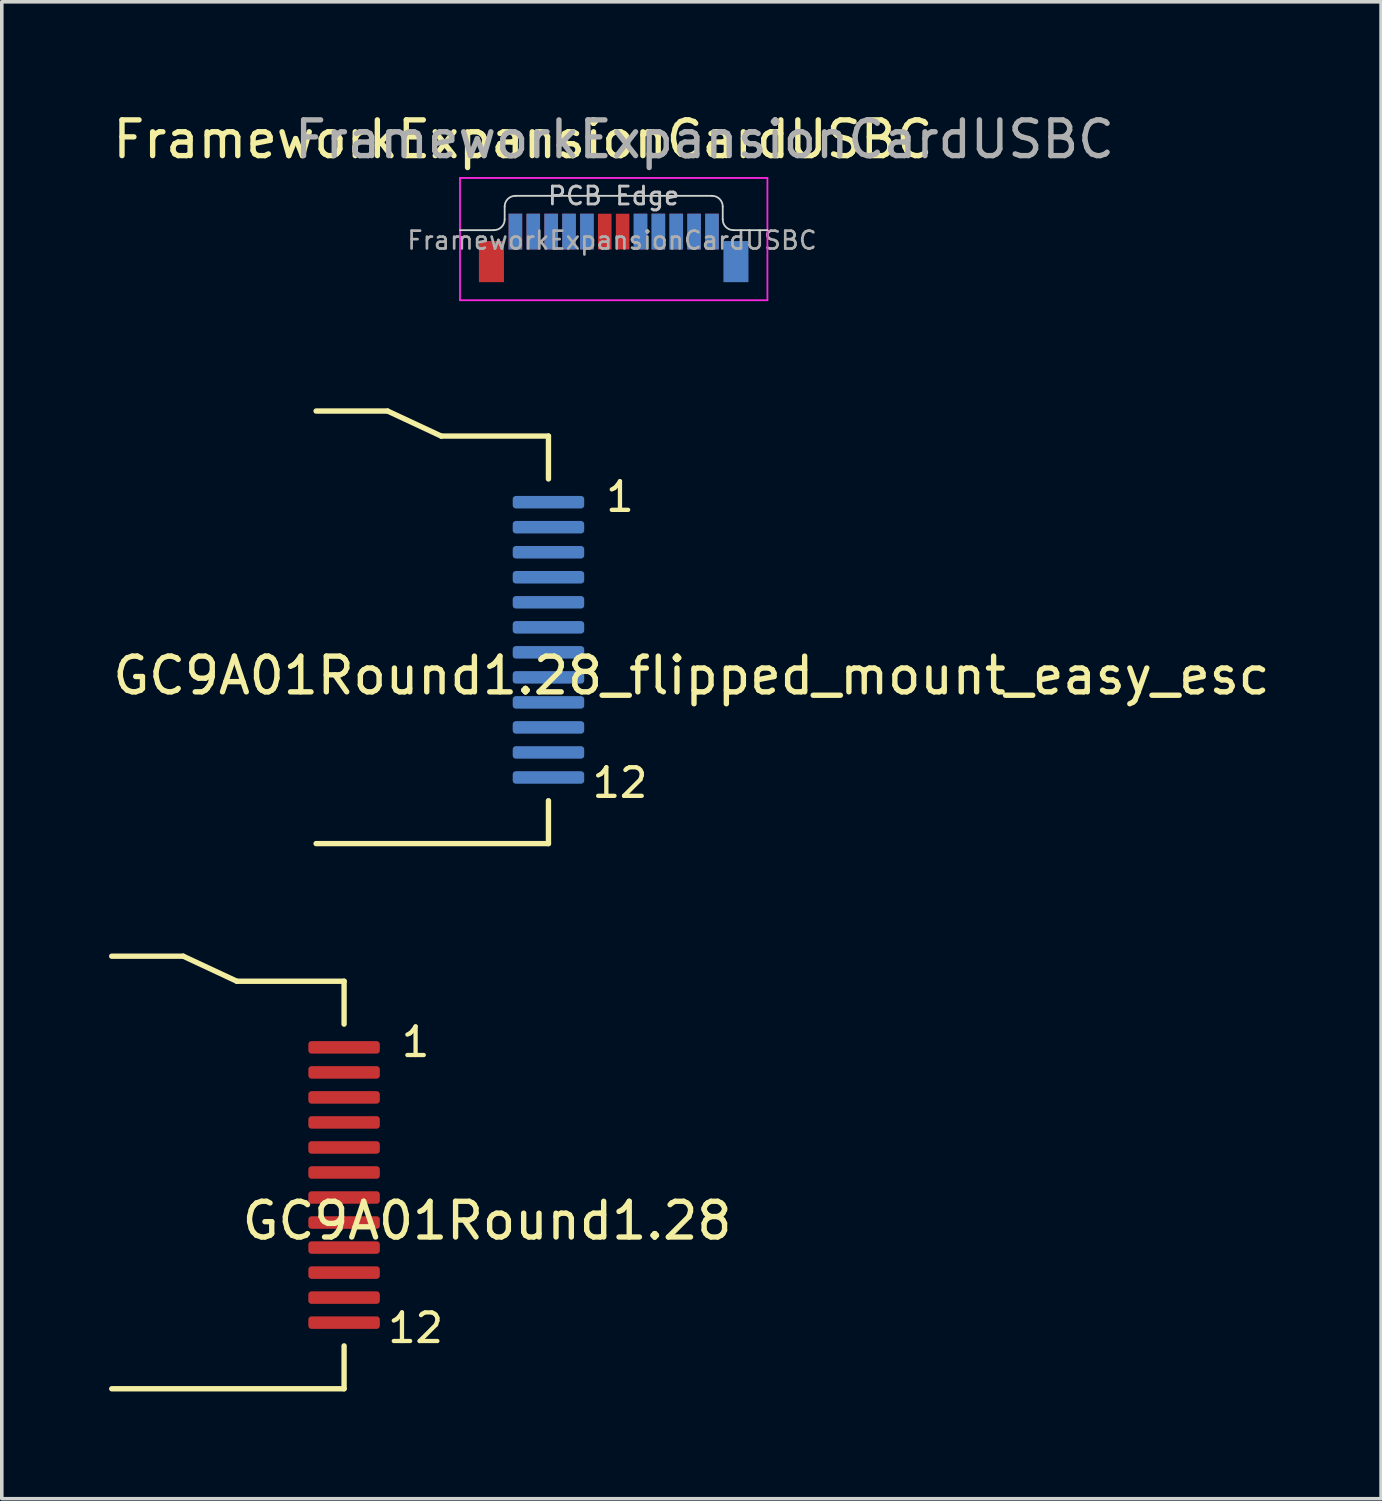
<source format=kicad_pcb>
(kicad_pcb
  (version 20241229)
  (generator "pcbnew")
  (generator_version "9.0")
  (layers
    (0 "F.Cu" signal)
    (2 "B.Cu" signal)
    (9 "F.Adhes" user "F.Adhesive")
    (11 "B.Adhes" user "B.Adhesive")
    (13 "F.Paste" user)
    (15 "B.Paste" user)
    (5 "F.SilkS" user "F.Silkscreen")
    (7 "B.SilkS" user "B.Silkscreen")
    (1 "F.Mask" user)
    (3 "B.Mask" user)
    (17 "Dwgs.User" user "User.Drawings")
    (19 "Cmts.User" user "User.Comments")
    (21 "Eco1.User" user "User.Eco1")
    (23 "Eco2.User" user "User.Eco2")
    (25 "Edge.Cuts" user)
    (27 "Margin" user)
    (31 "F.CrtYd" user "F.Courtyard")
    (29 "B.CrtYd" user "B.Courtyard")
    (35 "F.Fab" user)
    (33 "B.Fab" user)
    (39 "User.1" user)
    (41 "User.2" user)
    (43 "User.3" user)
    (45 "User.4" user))
  (footprint "FrameworkExpansionCardUSBC"
    (layer "F.Cu")
    (at 14.117 3.388)
    (property "Reference" "FrameworkExpansionCardUSBC" (at -2.54 -2.54 0) (unlocked yes) (layer "F.SilkS") (effects (font (size 1 1) (thickness 0.15))))
    (attr smd)
    (fp_line (start -3.35 0) (end -4.3 0) (stroke (width 0.1) (type solid)) (layer "Eco1.User"))
    (fp_line (start -3.05 -0.66) (end -3.05 -0.3) (stroke (width 0.1) (type solid)) (layer "Eco1.User"))
    (fp_line (start -2.75 -0.96) (end 2.75 -0.96) (stroke (width 0.1) (type solid)) (layer "Eco1.User"))
    (fp_line (start 3.05 -0.66) (end 3.05 -0.3) (stroke (width 0.1) (type solid)) (layer "Eco1.User"))
    (fp_line (start 3.35 0) (end 4.3 0) (stroke (width 0.1) (type solid)) (layer "Eco1.User"))
    (fp_arc (start -3.05 -0.66) (mid -2.962132 -0.872132) (end -2.75 -0.96) (stroke (width 0.1) (type solid)) (layer "Eco1.User"))
    (fp_arc (start -3.05 -0.3) (mid -3.137868 -0.087868) (end -3.35 0) (stroke (width 0.1) (type solid)) (layer "Eco1.User"))
    (fp_arc (start 2.75 -0.96) (mid 2.962132 -0.872132) (end 3.05 -0.66) (stroke (width 0.1) (type solid)) (layer "Eco1.User"))
    (fp_arc (start 3.35 0) (mid 3.137868 -0.087868) (end 3.05 -0.3) (stroke (width 0.1) (type solid)) (layer "Eco1.User"))
    (fp_line (start -3.35 0) (end -4.3 0) (stroke (width 0.05) (type solid)) (layer "Edge.Cuts"))
    (fp_line (start -3.05 -0.66) (end -3.05 -0.3) (stroke (width 0.05) (type solid)) (layer "Edge.Cuts"))
    (fp_line (start -2.75 -0.96) (end 2.75 -0.96) (stroke (width 0.05) (type solid)) (layer "Edge.Cuts"))
    (fp_line (start 3.05 -0.66) (end 3.05 -0.3) (stroke (width 0.05) (type solid)) (layer "Edge.Cuts"))
    (fp_line (start 3.35 0) (end 4.3 0) (stroke (width 0.05) (type solid)) (layer "Edge.Cuts"))
    (fp_arc (start -3.05 -0.66) (mid -2.962132 -0.872132) (end -2.75 -0.96) (stroke (width 0.05) (type solid)) (layer "Edge.Cuts"))
    (fp_arc (start -3.05 -0.3) (mid -3.137868 -0.087868) (end -3.35 0) (stroke (width 0.05) (type solid)) (layer "Edge.Cuts"))
    (fp_arc (start 2.75 -0.96) (mid 2.962132 -0.872132) (end 3.05 -0.66) (stroke (width 0.05) (type solid)) (layer "Edge.Cuts"))
    (fp_arc (start 3.35 0) (mid 3.137868 -0.087868) (end 3.05 -0.3) (stroke (width 0.05) (type solid)) (layer "Edge.Cuts"))
    (fp_line (start -4.3 1.96) (end -4.3 -1.46) (stroke (width 0.05) (type solid)) (layer "F.CrtYd"))
    (fp_line (start 4.3 -1.46) (end -4.3 -1.46) (stroke (width 0.05) (type solid)) (layer "F.CrtYd"))
    (fp_line (start 4.3 1.96) (end -4.3 1.96) (stroke (width 0.05) (type solid)) (layer "F.CrtYd"))
    (fp_line (start 4.3 1.96) (end 4.3 -1.46) (stroke (width 0.05) (type solid)) (layer "F.CrtYd"))
    (fp_text user "PCB Edge" (at 0 -0.96 0) (layer "Dwgs.User") (effects (font (size 0.5 0.5) (thickness 0.08))))
    (fp_text user "${REFERENCE}" (at -0.046 0.286 0) (layer "F.Fab") (effects (font (size 0.5 0.5) (thickness 0.075))))
    (fp_text user "${REFERENCE}" (at 2.54 -2.54 0) (unlocked yes) (layer "F.Fab") (effects (font (size 1 1) (thickness 0.15))))
    (pad "A1" smd rect (at -2.75 0.04) (size 0.38 1) (layers "F.Cu" "F.Mask" "F.Paste"))
    (pad "A2" smd rect (at -2.25 0.04) (size 0.38 1) (layers "F.Cu" "F.Mask" "F.Paste"))
    (pad "A3" smd rect (at -1.75 0.04) (size 0.38 1) (layers "F.Cu" "F.Mask" "F.Paste"))
    (pad "A4" smd rect (at -1.25 0.04) (size 0.38 1) (layers "F.Cu" "F.Mask" "F.Paste"))
    (pad "A5" smd rect (at -0.75 0.04) (size 0.38 1) (layers "F.Cu" "F.Mask" "F.Paste"))
    (pad "A6" smd rect (at -0.25 0.04) (size 0.38 1) (layers "F.Cu" "F.Mask" "F.Paste"))
    (pad "A7" smd rect (at 0.25 0.04) (size 0.38 1) (layers "F.Cu" "F.Mask" "F.Paste"))
    (pad "A8" smd rect (at 0.75 0.04) (size 0.38 1) (layers "F.Cu" "F.Mask" "F.Paste"))
    (pad "A9" smd rect (at 1.25 0.04) (size 0.38 1) (layers "F.Cu" "F.Mask" "F.Paste"))
    (pad "A10" smd rect (at 1.75 0.04) (size 0.38 1) (layers "F.Cu" "F.Mask" "F.Paste"))
    (pad "A11" smd rect (at 2.25 0.04) (size 0.38 1) (layers "F.Cu" "F.Mask" "F.Paste"))
    (pad "A12" smd rect (at 2.75 0.04) (size 0.38 1) (layers "F.Cu" "F.Mask" "F.Paste"))
    (pad "B1" smd rect (at 2.75 0.04) (size 0.38 1) (layers "B.Cu" "B.Mask" "B.Paste"))
    (pad "B2" smd rect (at 2.25 0.04) (size 0.38 1) (layers "B.Cu" "B.Mask" "B.Paste"))
    (pad "B3" smd rect (at 1.75 0.04) (size 0.38 1) (layers "B.Cu" "B.Mask" "B.Paste"))
    (pad "B4" smd rect (at 1.25 0.04) (size 0.38 1) (layers "B.Cu" "B.Mask" "B.Paste"))
    (pad "B5" smd rect (at 0.75 0.04) (size 0.38 1) (layers "B.Cu" "B.Mask" "B.Paste"))
    (pad "B8" smd rect (at -0.75 0.04) (size 0.38 1) (layers "B.Cu" "B.Mask" "B.Paste"))
    (pad "B9" smd rect (at -1.25 0.04) (size 0.38 1) (layers "B.Cu" "B.Mask" "B.Paste"))
    (pad "B10" smd rect (at -1.75 0.04) (size 0.38 1) (layers "B.Cu" "B.Mask" "B.Paste"))
    (pad "B11" smd rect (at -2.25 0.04) (size 0.38 1) (layers "B.Cu" "B.Mask" "B.Paste"))
    (pad "B12" smd rect (at -2.75 0.04) (size 0.38 1) (layers "B.Cu" "B.Mask" "B.Paste"))
    (pad "S1" smd rect (at -3.42 0.88) (size 0.7 1.15) (layers "F.Cu" "F.Mask" "F.Paste"))
    (pad "S1" smd rect (at 3.42 0.88) (size 0.7 1.15) (layers "B.Cu" "B.Mask" "B.Paste")))
  (footprint "GC9A01Round1.28_flipped_mount_easy_esc"
    (layer "F.Cu")
    (at 12.292 14.848)
    (property "Reference" "GC9A01Round1.28_flipped_mount_easy_esc" (at 4 1 0) (layer "F.SilkS") (effects (font (size 1 1) (thickness 0.15))))
    (attr smd)
    (fp_line (start -6.5 -6.4) (end -4.5 -6.4) (stroke (width 0.15) (type solid)) (layer "F.SilkS"))
    (fp_line (start -4.5 -6.4) (end -3 -5.7) (stroke (width 0.15) (type solid)) (layer "F.SilkS"))
    (fp_line (start 0 -5.7) (end -3 -5.7) (stroke (width 0.15) (type solid)) (layer "F.SilkS"))
    (fp_line (start 0 -5.7) (end 0 -4.5) (stroke (width 0.15) (type solid)) (layer "F.SilkS"))
    (fp_line (start 0 5.7) (end -6.5 5.7) (stroke (width 0.15) (type solid)) (layer "F.SilkS"))
    (fp_line (start 0 5.7) (end 0 4.5) (stroke (width 0.15) (type solid)) (layer "F.SilkS"))
    (fp_text user "1" (at 2 -4 0) (layer "F.SilkS") (effects (font (size 0.8 0.8) (thickness 0.12))))
    (fp_text user "12" (at 2 4 0) (layer "F.SilkS") (effects (font (size 0.8 0.8) (thickness 0.12))))
    (pad "1" smd roundrect (at 0 -3.85) (size 2 0.35) (layers "B.Cu" "B.Mask" "B.Paste") (roundrect_rratio 0.25))
    (pad "2" smd roundrect (at 0 -3.15) (size 2 0.35) (layers "B.Cu" "B.Mask" "B.Paste") (roundrect_rratio 0.25))
    (pad "3" smd roundrect (at 0 -2.45) (size 2 0.35) (layers "B.Cu" "B.Mask" "B.Paste") (roundrect_rratio 0.25))
    (pad "4" smd roundrect (at 0 -1.75) (size 2 0.35) (layers "B.Cu" "B.Mask" "B.Paste") (roundrect_rratio 0.25))
    (pad "5" smd roundrect (at 0 -1.05) (size 2 0.35) (layers "B.Cu" "B.Mask" "B.Paste") (roundrect_rratio 0.25))
    (pad "6" smd roundrect (at 0 -0.35) (size 2 0.35) (layers "B.Cu" "B.Mask" "B.Paste") (roundrect_rratio 0.25))
    (pad "7" smd roundrect (at 0 0.35) (size 2 0.35) (layers "B.Cu" "B.Mask" "B.Paste") (roundrect_rratio 0.25))
    (pad "8" smd roundrect (at 0 1.05) (size 2 0.35) (layers "B.Cu" "B.Mask" "B.Paste") (roundrect_rratio 0.25))
    (pad "9" smd roundrect (at 0 1.75) (size 2 0.35) (layers "B.Cu" "B.Mask" "B.Paste") (roundrect_rratio 0.25))
    (pad "10" smd roundrect (at 0 2.45) (size 2 0.35) (layers "B.Cu" "B.Mask" "B.Paste") (roundrect_rratio 0.25))
    (pad "11" smd roundrect (at 0 3.15) (size 2 0.35) (layers "B.Cu" "B.Mask" "B.Paste") (roundrect_rratio 0.25))
    (pad "12" smd roundrect (at 0 3.85) (size 2 0.35) (layers "B.Cu" "B.Mask" "B.Paste") (roundrect_rratio 0.25)))
  (footprint "GC9A01Round1.28"
    (layer "F.Cu")
    (at 6.575 30.098)
    (property "Reference" "GC9A01Round1.28" (at 4 1 0) (layer "F.SilkS") (effects (font (size 1 1) (thickness 0.15))))
    (attr smd)
    (fp_line (start -6.5 -6.4) (end -4.5 -6.4) (stroke (width 0.15) (type solid)) (layer "F.SilkS"))
    (fp_line (start -4.5 -6.4) (end -3 -5.7) (stroke (width 0.15) (type solid)) (layer "F.SilkS"))
    (fp_line (start 0 -5.7) (end -3 -5.7) (stroke (width 0.15) (type solid)) (layer "F.SilkS"))
    (fp_line (start 0 -5.7) (end 0 -4.5) (stroke (width 0.15) (type solid)) (layer "F.SilkS"))
    (fp_line (start 0 5.7) (end -6.5 5.7) (stroke (width 0.15) (type solid)) (layer "F.SilkS"))
    (fp_line (start 0 5.7) (end 0 4.5) (stroke (width 0.15) (type solid)) (layer "F.SilkS"))
    (fp_text user "12" (at 2 4 0) (layer "F.SilkS") (effects (font (size 0.8 0.8) (thickness 0.12))))
    (fp_text user "1" (at 2 -4 0) (layer "F.SilkS") (effects (font (size 0.8 0.8) (thickness 0.12))))
    (pad "1" smd roundrect (at 0 -3.85) (size 2 0.35) (layers "F.Cu" "F.Mask" "F.Paste") (roundrect_rratio 0.25))
    (pad "2" smd roundrect (at 0 -3.15) (size 2 0.35) (layers "F.Cu" "F.Mask" "F.Paste") (roundrect_rratio 0.25))
    (pad "3" smd roundrect (at 0 -2.45) (size 2 0.35) (layers "F.Cu" "F.Mask" "F.Paste") (roundrect_rratio 0.25))
    (pad "4" smd roundrect (at 0 -1.75) (size 2 0.35) (layers "F.Cu" "F.Mask" "F.Paste") (roundrect_rratio 0.25))
    (pad "5" smd roundrect (at 0 -1.05) (size 2 0.35) (layers "F.Cu" "F.Mask" "F.Paste") (roundrect_rratio 0.25))
    (pad "6" smd roundrect (at 0 -0.35) (size 2 0.35) (layers "F.Cu" "F.Mask" "F.Paste") (roundrect_rratio 0.25))
    (pad "7" smd roundrect (at 0 0.35) (size 2 0.35) (layers "F.Cu" "F.Mask" "F.Paste") (roundrect_rratio 0.25))
    (pad "8" smd roundrect (at 0 1.05) (size 2 0.35) (layers "F.Cu" "F.Mask" "F.Paste") (roundrect_rratio 0.25))
    (pad "9" smd roundrect (at 0 1.75) (size 2 0.35) (layers "F.Cu" "F.Mask" "F.Paste") (roundrect_rratio 0.25))
    (pad "10" smd roundrect (at 0 2.45) (size 2 0.35) (layers "F.Cu" "F.Mask" "F.Paste") (roundrect_rratio 0.25))
    (pad "11" smd roundrect (at 0 3.15) (size 2 0.35) (layers "F.Cu" "F.Mask" "F.Paste") (roundrect_rratio 0.25))
    (pad "12" smd roundrect (at 0 3.85) (size 2 0.35) (layers "F.Cu" "F.Mask" "F.Paste") (roundrect_rratio 0.25)))
  (gr_rect
    (start -3 -3)
    (end 35.583 38.873)
    (stroke (width 0.1) (type default))
    (fill no)
    (layer "Edge.Cuts")))
</source>
